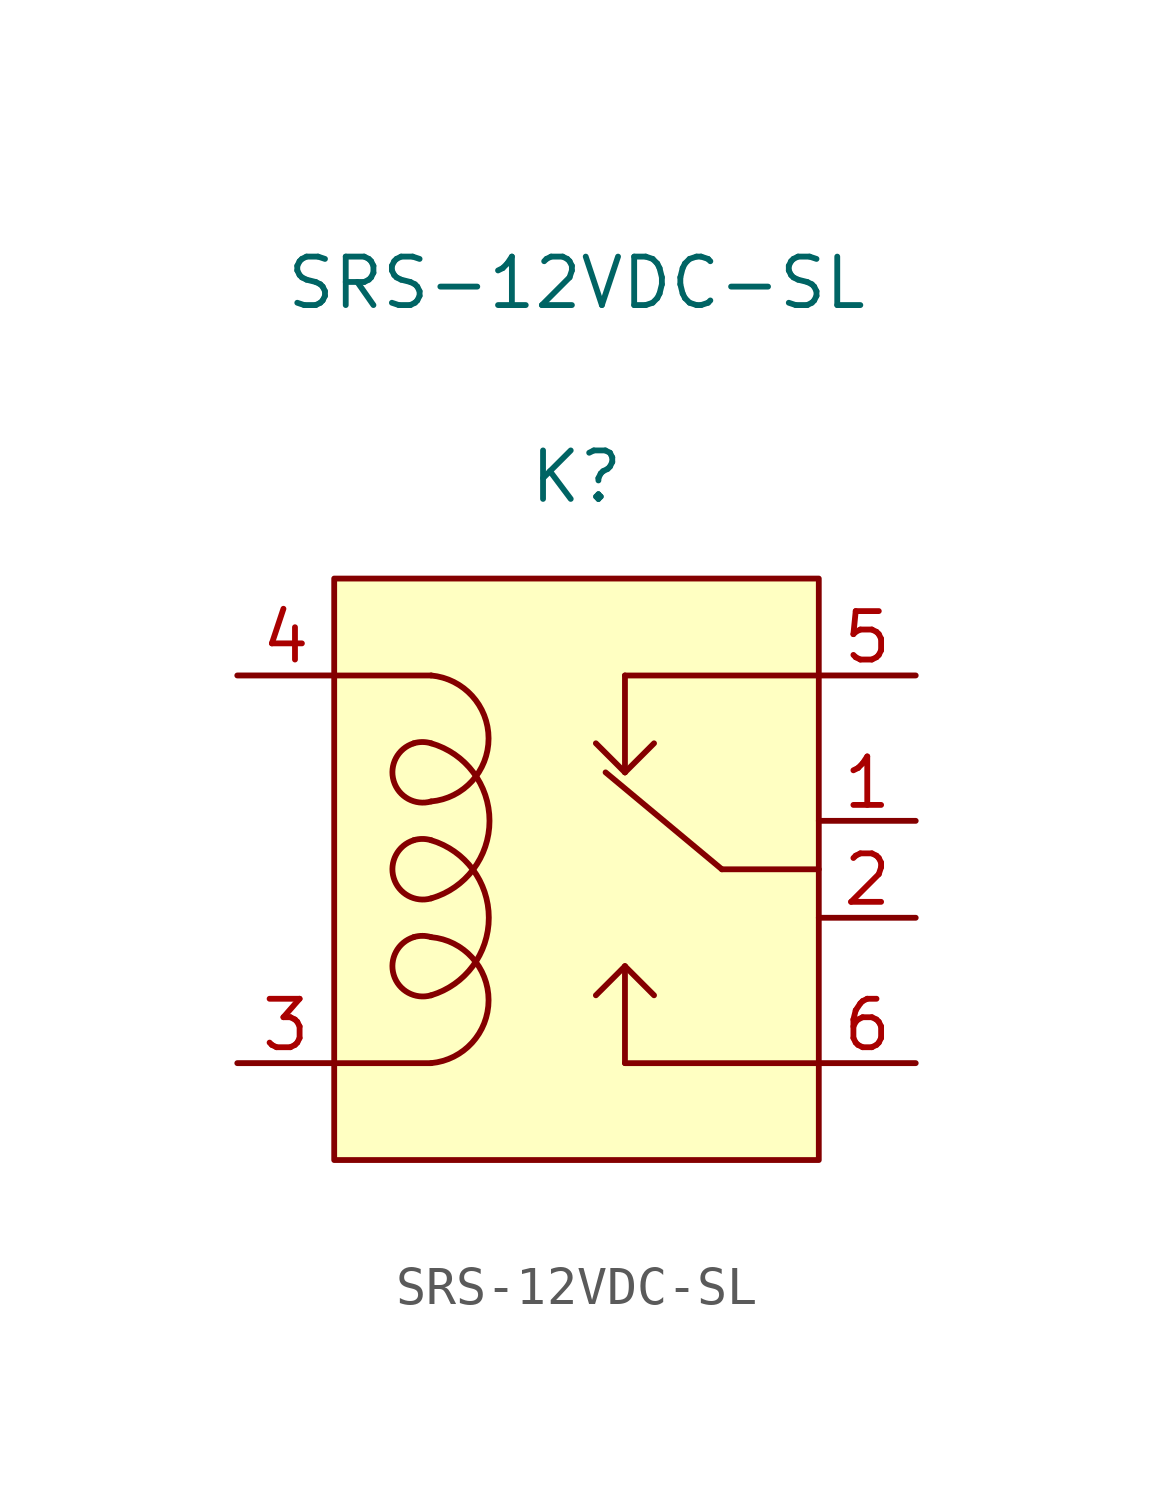
<source format=kicad_sym>
(kicad_symbol_lib
  (version 20220914)
  (generator kicad_symbol_editor)
  (symbol "SRS-12VDC-SL"
    (pin_names
      (offset 1.016) hide)
    (property "Reference" "K"
      (at 0 10.287 0)
      (effects (font (size 1.27 1.27))))
    (property "Value" "SRS-12VDC-SL"
      (at 0 15.367 0)
      (effects (font (size 1.27 1.27))))
    (symbol "SRS-12VDC-SL_1_1"
      (rectangle (start -6.35 7.62) (end 6.35 -7.62) (stroke (width 0.152) (type solid)) (fill (type background)))
      (arc (start -4.2672 -1.778) (mid -4.7973 -2.7676) (end -3.81 -3.302) (stroke (width 0.1524) (type solid)) (fill (type none)))
      (arc (start -4.2672 0.762) (mid -4.7973 -0.2276) (end -3.81 -0.762) (stroke (width 0.1524) (type solid)) (fill (type none)))
      (arc (start -4.2672 3.302) (mid -4.7973 2.3124) (end -3.81 1.778) (stroke (width 0.1524) (type solid)) (fill (type none)))
      (arc (start -3.81 -5.08) (mid -2.3044 -3.429) (end -3.81 -1.778) (stroke (width 0.1524) (type solid)) (fill (type none)))
      (arc (start -3.81 -3.302) (mid -2.2981 -1.27) (end -3.81 0.762) (stroke (width 0.1524) (type solid)) (fill (type none)))
      (arc (start -3.81 -1.778) (mid -4.0386 -1.7444) (end -4.2672 -1.778) (stroke (width 0.1524) (type solid)) (fill (type none)))
      (arc (start -3.81 -0.762) (mid -2.2799 1.27) (end -3.81 3.302) (stroke (width 0.1524) (type solid)) (fill (type none)))
      (arc (start -3.81 0.762) (mid -4.0386 0.7956) (end -4.2672 0.762) (stroke (width 0.1524) (type solid)) (fill (type none)))
      (arc (start -3.81 1.778) (mid -2.3044 3.429) (end -3.81 5.08) (stroke (width 0.1524) (type solid)) (fill (type none)))
      (arc (start -3.81 3.302) (mid -4.0386 3.3356) (end -4.2672 3.302) (stroke (width 0.1524) (type solid)) (fill (type none)))
      (polyline (pts (xy -6.35 -5.08) (xy -3.81 -5.08)) (stroke (width 0.152) (type solid)) (fill (type none)))
      (polyline (pts (xy -6.35 5.08) (xy -3.81 5.08)) (stroke (width 0.152) (type solid)) (fill (type none)))
      (polyline (pts (xy 1.27 -5.08) (xy 1.27 -2.54)) (stroke (width 0.152) (type solid)) (fill (type none)))
      (polyline (pts (xy 1.27 -2.54) (xy 0.508 -3.302)) (stroke (width 0.152) (type solid)) (fill (type none)))
      (polyline (pts (xy 1.27 -2.54) (xy 2.032 -3.302)) (stroke (width 0.152) (type solid)) (fill (type none)))
      (polyline (pts (xy 1.27 2.54) (xy 0.508 3.302)) (stroke (width 0.152) (type solid)) (fill (type none)))
      (polyline (pts (xy 1.27 2.54) (xy 2.032 3.302)) (stroke (width 0.152) (type solid)) (fill (type none)))
      (polyline (pts (xy 1.27 5.08) (xy 1.27 2.54)) (stroke (width 0.152) (type solid)) (fill (type none)))
      (polyline (pts (xy 3.81 0) (xy 0.762 2.54)) (stroke (width 0.152) (type solid)) (fill (type none)))
      (polyline (pts (xy 6.35 -5.08) (xy 1.27 -5.08)) (stroke (width 0.152) (type solid)) (fill (type none)))
      (polyline (pts (xy 6.35 0) (xy 3.81 0)) (stroke (width 0.152) (type solid)) (fill (type none)))
      (polyline (pts (xy 6.35 5.08) (xy 1.27 5.08)) (stroke (width 0.152) (type solid)) (fill (type none)))
      (pin input line (at 8.89 1.27 180) (length 2.54) (name "MAIN" (effects (font (size 1.27 1.27)))) (number "1" (effects (font (size 1.27 1.27)))))
      (pin input line (at 8.89 -1.27 180) (length 2.54) (name "MAIN" (effects (font (size 1.27 1.27)))) (number "2" (effects (font (size 1.27 1.27)))))
      (pin input line (at -8.89 -5.08 0) (length 2.54) (name "COIL2" (effects (font (size 1.27 1.27)))) (number "3" (effects (font (size 1.27 1.27)))))
      (pin input line (at -8.89 5.08 0) (length 2.54) (name "COIL1" (effects (font (size 1.27 1.27)))) (number "4" (effects (font (size 1.27 1.27)))))
      (pin input line (at 8.89 5.08 180) (length 2.54) (name "NC" (effects (font (size 1.27 1.27)))) (number "5" (effects (font (size 1.27 1.27)))))
      (pin input line (at 8.89 -5.08 180) (length 2.54) (name "NO" (effects (font (size 1.27 1.27)))) (number "6" (effects (font (size 1.27 1.27))))))))
</source>
